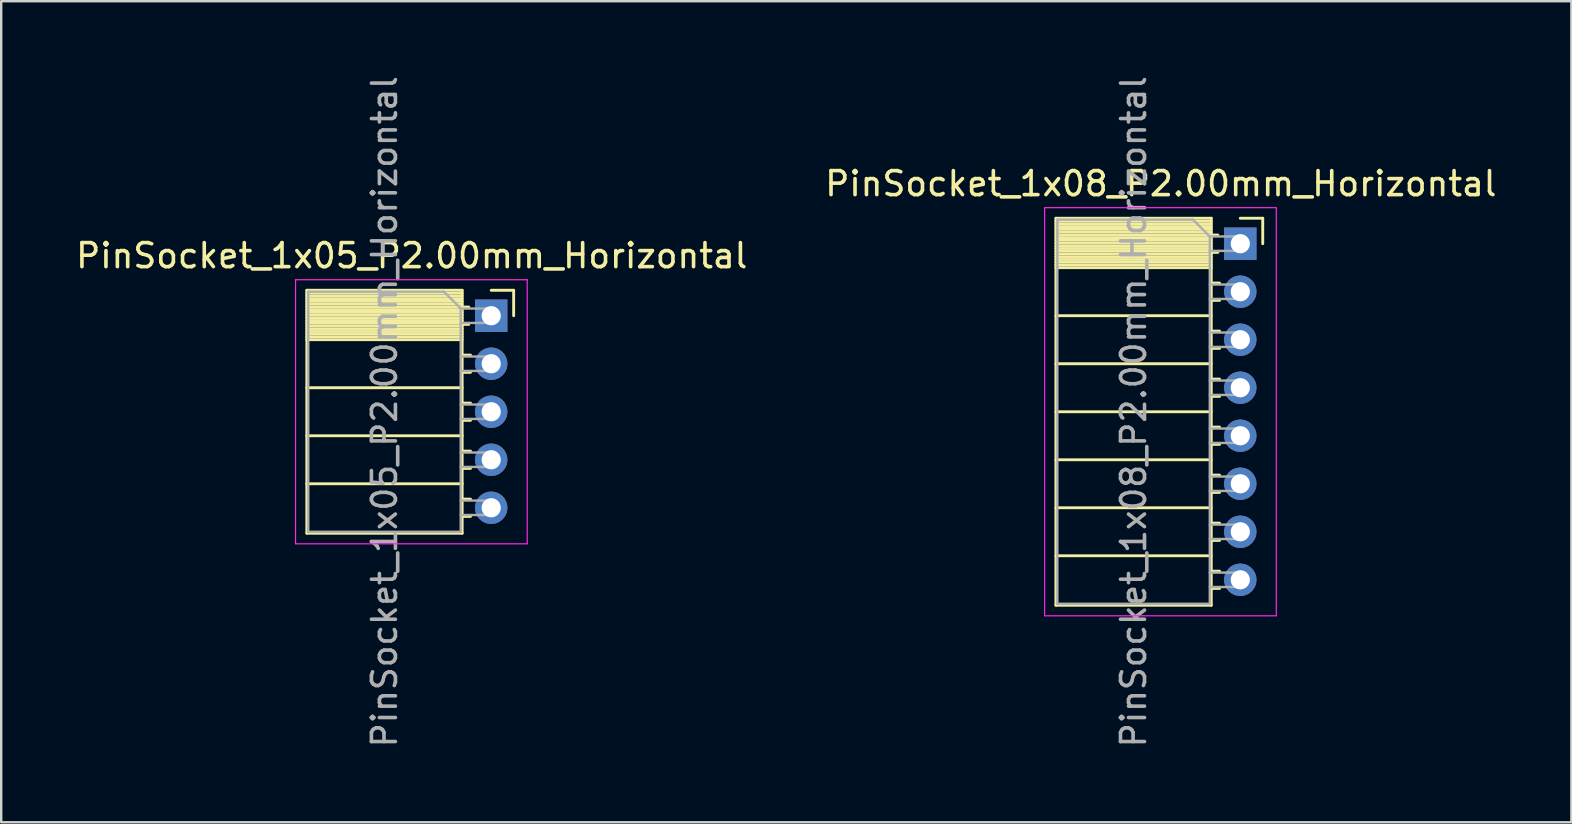
<source format=kicad_pcb>
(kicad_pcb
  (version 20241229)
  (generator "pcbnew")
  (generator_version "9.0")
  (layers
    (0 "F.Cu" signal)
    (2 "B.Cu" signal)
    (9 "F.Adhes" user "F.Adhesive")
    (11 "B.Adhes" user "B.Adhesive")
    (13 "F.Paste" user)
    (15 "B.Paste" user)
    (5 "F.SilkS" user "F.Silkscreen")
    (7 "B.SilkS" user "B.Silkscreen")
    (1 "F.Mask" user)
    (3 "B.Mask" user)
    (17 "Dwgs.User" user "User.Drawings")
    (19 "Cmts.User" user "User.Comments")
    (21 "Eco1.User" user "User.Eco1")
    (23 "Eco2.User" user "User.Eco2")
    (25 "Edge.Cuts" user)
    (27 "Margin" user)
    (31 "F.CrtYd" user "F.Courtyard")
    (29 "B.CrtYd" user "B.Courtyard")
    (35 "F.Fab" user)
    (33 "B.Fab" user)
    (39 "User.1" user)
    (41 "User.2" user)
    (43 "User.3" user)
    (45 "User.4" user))
  (footprint "PinSocket_1x05_P2.00mm_Horizontal"
    (layer "F.Cu")
    (at 17.411 10.101)
    (property "Reference" "PinSocket_1x05_P2.00mm_Horizontal" (at -3.31 -2.5 0) (layer "F.SilkS") (effects (font (size 1 1) (thickness 0.15))))
    (attr through_hole)
    (fp_line (start -7.68 -1.06) (end -7.68 9.06) (stroke (width 0.12) (type solid)) (layer "F.SilkS"))
    (fp_line (start -7.68 -1.06) (end -1.21 -1.06) (stroke (width 0.12) (type solid)) (layer "F.SilkS"))
    (fp_line (start -7.68 -0.94) (end -1.21 -0.94) (stroke (width 0.12) (type solid)) (layer "F.SilkS"))
    (fp_line (start -7.68 -0.826) (end -1.21 -0.826) (stroke (width 0.12) (type solid)) (layer "F.SilkS"))
    (fp_line (start -7.68 -0.712) (end -1.21 -0.712) (stroke (width 0.12) (type solid)) (layer "F.SilkS"))
    (fp_line (start -7.68 -0.598) (end -1.21 -0.598) (stroke (width 0.12) (type solid)) (layer "F.SilkS"))
    (fp_line (start -7.68 -0.484) (end -1.21 -0.484) (stroke (width 0.12) (type solid)) (layer "F.SilkS"))
    (fp_line (start -7.68 -0.369) (end -1.21 -0.369) (stroke (width 0.12) (type solid)) (layer "F.SilkS"))
    (fp_line (start -7.68 -0.255) (end -1.21 -0.255) (stroke (width 0.12) (type solid)) (layer "F.SilkS"))
    (fp_line (start -7.68 -0.141) (end -1.21 -0.141) (stroke (width 0.12) (type solid)) (layer "F.SilkS"))
    (fp_line (start -7.68 -0.027) (end -1.21 -0.027) (stroke (width 0.12) (type solid)) (layer "F.SilkS"))
    (fp_line (start -7.68 0.087) (end -1.21 0.087) (stroke (width 0.12) (type solid)) (layer "F.SilkS"))
    (fp_line (start -7.68 0.201) (end -1.21 0.201) (stroke (width 0.12) (type solid)) (layer "F.SilkS"))
    (fp_line (start -7.68 0.315) (end -1.21 0.315) (stroke (width 0.12) (type solid)) (layer "F.SilkS"))
    (fp_line (start -7.68 0.429) (end -1.21 0.429) (stroke (width 0.12) (type solid)) (layer "F.SilkS"))
    (fp_line (start -7.68 0.544) (end -1.21 0.544) (stroke (width 0.12) (type solid)) (layer "F.SilkS"))
    (fp_line (start -7.68 0.658) (end -1.21 0.658) (stroke (width 0.12) (type solid)) (layer "F.SilkS"))
    (fp_line (start -7.68 0.772) (end -1.21 0.772) (stroke (width 0.12) (type solid)) (layer "F.SilkS"))
    (fp_line (start -7.68 0.886) (end -1.21 0.886) (stroke (width 0.12) (type solid)) (layer "F.SilkS"))
    (fp_line (start -7.68 1) (end -1.21 1) (stroke (width 0.12) (type solid)) (layer "F.SilkS"))
    (fp_line (start -7.68 3) (end -1.21 3) (stroke (width 0.12) (type solid)) (layer "F.SilkS"))
    (fp_line (start -7.68 5) (end -1.21 5) (stroke (width 0.12) (type solid)) (layer "F.SilkS"))
    (fp_line (start -7.68 7) (end -1.21 7) (stroke (width 0.12) (type solid)) (layer "F.SilkS"))
    (fp_line (start -7.68 9.06) (end -1.21 9.06) (stroke (width 0.12) (type solid)) (layer "F.SilkS"))
    (fp_line (start -1.21 -1.06) (end -1.21 9.06) (stroke (width 0.12) (type solid)) (layer "F.SilkS"))
    (fp_line (start -1.21 -0.36) (end -0.935 -0.36) (stroke (width 0.12) (type solid)) (layer "F.SilkS"))
    (fp_line (start -1.21 0.36) (end -0.935 0.36) (stroke (width 0.12) (type solid)) (layer "F.SilkS"))
    (fp_line (start -1.21 1.64) (end -0.863 1.64) (stroke (width 0.12) (type solid)) (layer "F.SilkS"))
    (fp_line (start -1.21 2.36) (end -0.863 2.36) (stroke (width 0.12) (type solid)) (layer "F.SilkS"))
    (fp_line (start -1.21 3.64) (end -0.863 3.64) (stroke (width 0.12) (type solid)) (layer "F.SilkS"))
    (fp_line (start -1.21 4.36) (end -0.863 4.36) (stroke (width 0.12) (type solid)) (layer "F.SilkS"))
    (fp_line (start -1.21 5.64) (end -0.863 5.64) (stroke (width 0.12) (type solid)) (layer "F.SilkS"))
    (fp_line (start -1.21 6.36) (end -0.863 6.36) (stroke (width 0.12) (type solid)) (layer "F.SilkS"))
    (fp_line (start -1.21 7.64) (end -0.863 7.64) (stroke (width 0.12) (type solid)) (layer "F.SilkS"))
    (fp_line (start -1.21 8.36) (end -0.863 8.36) (stroke (width 0.12) (type solid)) (layer "F.SilkS"))
    (fp_line (start 0 -1.06) (end 0.935 -1.06) (stroke (width 0.12) (type solid)) (layer "F.SilkS"))
    (fp_line (start 0.935 -1.06) (end 0.935 0) (stroke (width 0.12) (type solid)) (layer "F.SilkS"))
    (fp_line (start -8.15 -1.5) (end -8.15 9.5) (stroke (width 0.05) (type solid)) (layer "F.CrtYd"))
    (fp_line (start -8.15 9.5) (end 1.5 9.5) (stroke (width 0.05) (type solid)) (layer "F.CrtYd"))
    (fp_line (start 1.5 -1.5) (end -8.15 -1.5) (stroke (width 0.05) (type solid)) (layer "F.CrtYd"))
    (fp_line (start 1.5 9.5) (end 1.5 -1.5) (stroke (width 0.05) (type solid)) (layer "F.CrtYd"))
    (fp_line (start -7.62 -1) (end -1.97 -1) (stroke (width 0.1) (type solid)) (layer "F.Fab"))
    (fp_line (start -7.62 9) (end -7.62 -1) (stroke (width 0.1) (type solid)) (layer "F.Fab"))
    (fp_line (start -1.97 -1) (end -1.27 -0.3) (stroke (width 0.1) (type solid)) (layer "F.Fab"))
    (fp_line (start -1.27 -0.3) (end -1.27 9) (stroke (width 0.1) (type solid)) (layer "F.Fab"))
    (fp_line (start -1.27 0.3) (end 0 0.3) (stroke (width 0.1) (type solid)) (layer "F.Fab"))
    (fp_line (start -1.27 2.3) (end 0 2.3) (stroke (width 0.1) (type solid)) (layer "F.Fab"))
    (fp_line (start -1.27 4.3) (end 0 4.3) (stroke (width 0.1) (type solid)) (layer "F.Fab"))
    (fp_line (start -1.27 6.3) (end 0 6.3) (stroke (width 0.1) (type solid)) (layer "F.Fab"))
    (fp_line (start -1.27 8.3) (end 0 8.3) (stroke (width 0.1) (type solid)) (layer "F.Fab"))
    (fp_line (start -1.27 9) (end -7.62 9) (stroke (width 0.1) (type solid)) (layer "F.Fab"))
    (fp_line (start 0 -0.3) (end -1.27 -0.3) (stroke (width 0.1) (type solid)) (layer "F.Fab"))
    (fp_line (start 0 0.3) (end 0 -0.3) (stroke (width 0.1) (type solid)) (layer "F.Fab"))
    (fp_line (start 0 1.7) (end -1.27 1.7) (stroke (width 0.1) (type solid)) (layer "F.Fab"))
    (fp_line (start 0 2.3) (end 0 1.7) (stroke (width 0.1) (type solid)) (layer "F.Fab"))
    (fp_line (start 0 3.7) (end -1.27 3.7) (stroke (width 0.1) (type solid)) (layer "F.Fab"))
    (fp_line (start 0 4.3) (end 0 3.7) (stroke (width 0.1) (type solid)) (layer "F.Fab"))
    (fp_line (start 0 5.7) (end -1.27 5.7) (stroke (width 0.1) (type solid)) (layer "F.Fab"))
    (fp_line (start 0 6.3) (end 0 5.7) (stroke (width 0.1) (type solid)) (layer "F.Fab"))
    (fp_line (start 0 7.7) (end -1.27 7.7) (stroke (width 0.1) (type solid)) (layer "F.Fab"))
    (fp_line (start 0 8.3) (end 0 7.7) (stroke (width 0.1) (type solid)) (layer "F.Fab"))
    (fp_text user "${REFERENCE}" (at -4.445 4 90) (layer "F.Fab") (effects (font (size 1 1) (thickness 0.15))))
    (pad "1" thru_hole rect (at 0 0) (size 1.35 1.35) (drill 0.8) (layers "*.Cu" "*.Mask"))
    (pad "2" thru_hole oval (at 0 2) (size 1.35 1.35) (drill 0.8) (layers "*.Cu" "*.Mask"))
    (pad "3" thru_hole oval (at 0 4) (size 1.35 1.35) (drill 0.8) (layers "*.Cu" "*.Mask"))
    (pad "4" thru_hole oval (at 0 6) (size 1.35 1.35) (drill 0.8) (layers "*.Cu" "*.Mask"))
    (pad "5" thru_hole oval (at 0 8) (size 1.35 1.35) (drill 0.8) (layers "*.Cu" "*.Mask")))
  (footprint "PinSocket_1x08_P2.00mm_Horizontal"
    (layer "F.Cu")
    (at 48.614 7.101)
    (property "Reference" "PinSocket_1x08_P2.00mm_Horizontal" (at -3.31 -2.5 0) (layer "F.SilkS") (effects (font (size 1 1) (thickness 0.15))))
    (attr through_hole)
    (fp_line (start -7.68 -1.06) (end -7.68 15.06) (stroke (width 0.12) (type solid)) (layer "F.SilkS"))
    (fp_line (start -7.68 -1.06) (end -1.21 -1.06) (stroke (width 0.12) (type solid)) (layer "F.SilkS"))
    (fp_line (start -7.68 -0.94) (end -1.21 -0.94) (stroke (width 0.12) (type solid)) (layer "F.SilkS"))
    (fp_line (start -7.68 -0.826) (end -1.21 -0.826) (stroke (width 0.12) (type solid)) (layer "F.SilkS"))
    (fp_line (start -7.68 -0.712) (end -1.21 -0.712) (stroke (width 0.12) (type solid)) (layer "F.SilkS"))
    (fp_line (start -7.68 -0.598) (end -1.21 -0.598) (stroke (width 0.12) (type solid)) (layer "F.SilkS"))
    (fp_line (start -7.68 -0.484) (end -1.21 -0.484) (stroke (width 0.12) (type solid)) (layer "F.SilkS"))
    (fp_line (start -7.68 -0.369) (end -1.21 -0.369) (stroke (width 0.12) (type solid)) (layer "F.SilkS"))
    (fp_line (start -7.68 -0.255) (end -1.21 -0.255) (stroke (width 0.12) (type solid)) (layer "F.SilkS"))
    (fp_line (start -7.68 -0.141) (end -1.21 -0.141) (stroke (width 0.12) (type solid)) (layer "F.SilkS"))
    (fp_line (start -7.68 -0.027) (end -1.21 -0.027) (stroke (width 0.12) (type solid)) (layer "F.SilkS"))
    (fp_line (start -7.68 0.087) (end -1.21 0.087) (stroke (width 0.12) (type solid)) (layer "F.SilkS"))
    (fp_line (start -7.68 0.201) (end -1.21 0.201) (stroke (width 0.12) (type solid)) (layer "F.SilkS"))
    (fp_line (start -7.68 0.315) (end -1.21 0.315) (stroke (width 0.12) (type solid)) (layer "F.SilkS"))
    (fp_line (start -7.68 0.429) (end -1.21 0.429) (stroke (width 0.12) (type solid)) (layer "F.SilkS"))
    (fp_line (start -7.68 0.544) (end -1.21 0.544) (stroke (width 0.12) (type solid)) (layer "F.SilkS"))
    (fp_line (start -7.68 0.658) (end -1.21 0.658) (stroke (width 0.12) (type solid)) (layer "F.SilkS"))
    (fp_line (start -7.68 0.772) (end -1.21 0.772) (stroke (width 0.12) (type solid)) (layer "F.SilkS"))
    (fp_line (start -7.68 0.886) (end -1.21 0.886) (stroke (width 0.12) (type solid)) (layer "F.SilkS"))
    (fp_line (start -7.68 1) (end -1.21 1) (stroke (width 0.12) (type solid)) (layer "F.SilkS"))
    (fp_line (start -7.68 3) (end -1.21 3) (stroke (width 0.12) (type solid)) (layer "F.SilkS"))
    (fp_line (start -7.68 5) (end -1.21 5) (stroke (width 0.12) (type solid)) (layer "F.SilkS"))
    (fp_line (start -7.68 7) (end -1.21 7) (stroke (width 0.12) (type solid)) (layer "F.SilkS"))
    (fp_line (start -7.68 9) (end -1.21 9) (stroke (width 0.12) (type solid)) (layer "F.SilkS"))
    (fp_line (start -7.68 11) (end -1.21 11) (stroke (width 0.12) (type solid)) (layer "F.SilkS"))
    (fp_line (start -7.68 13) (end -1.21 13) (stroke (width 0.12) (type solid)) (layer "F.SilkS"))
    (fp_line (start -7.68 15.06) (end -1.21 15.06) (stroke (width 0.12) (type solid)) (layer "F.SilkS"))
    (fp_line (start -1.21 -1.06) (end -1.21 15.06) (stroke (width 0.12) (type solid)) (layer "F.SilkS"))
    (fp_line (start -1.21 -0.36) (end -0.935 -0.36) (stroke (width 0.12) (type solid)) (layer "F.SilkS"))
    (fp_line (start -1.21 0.36) (end -0.935 0.36) (stroke (width 0.12) (type solid)) (layer "F.SilkS"))
    (fp_line (start -1.21 1.64) (end -0.863 1.64) (stroke (width 0.12) (type solid)) (layer "F.SilkS"))
    (fp_line (start -1.21 2.36) (end -0.863 2.36) (stroke (width 0.12) (type solid)) (layer "F.SilkS"))
    (fp_line (start -1.21 3.64) (end -0.863 3.64) (stroke (width 0.12) (type solid)) (layer "F.SilkS"))
    (fp_line (start -1.21 4.36) (end -0.863 4.36) (stroke (width 0.12) (type solid)) (layer "F.SilkS"))
    (fp_line (start -1.21 5.64) (end -0.863 5.64) (stroke (width 0.12) (type solid)) (layer "F.SilkS"))
    (fp_line (start -1.21 6.36) (end -0.863 6.36) (stroke (width 0.12) (type solid)) (layer "F.SilkS"))
    (fp_line (start -1.21 7.64) (end -0.863 7.64) (stroke (width 0.12) (type solid)) (layer "F.SilkS"))
    (fp_line (start -1.21 8.36) (end -0.863 8.36) (stroke (width 0.12) (type solid)) (layer "F.SilkS"))
    (fp_line (start -1.21 9.64) (end -0.863 9.64) (stroke (width 0.12) (type solid)) (layer "F.SilkS"))
    (fp_line (start -1.21 10.36) (end -0.863 10.36) (stroke (width 0.12) (type solid)) (layer "F.SilkS"))
    (fp_line (start -1.21 11.64) (end -0.863 11.64) (stroke (width 0.12) (type solid)) (layer "F.SilkS"))
    (fp_line (start -1.21 12.36) (end -0.863 12.36) (stroke (width 0.12) (type solid)) (layer "F.SilkS"))
    (fp_line (start -1.21 13.64) (end -0.863 13.64) (stroke (width 0.12) (type solid)) (layer "F.SilkS"))
    (fp_line (start -1.21 14.36) (end -0.863 14.36) (stroke (width 0.12) (type solid)) (layer "F.SilkS"))
    (fp_line (start 0 -1.06) (end 0.935 -1.06) (stroke (width 0.12) (type solid)) (layer "F.SilkS"))
    (fp_line (start 0.935 -1.06) (end 0.935 0) (stroke (width 0.12) (type solid)) (layer "F.SilkS"))
    (fp_line (start -8.15 -1.5) (end -8.15 15.5) (stroke (width 0.05) (type solid)) (layer "F.CrtYd"))
    (fp_line (start -8.15 15.5) (end 1.5 15.5) (stroke (width 0.05) (type solid)) (layer "F.CrtYd"))
    (fp_line (start 1.5 -1.5) (end -8.15 -1.5) (stroke (width 0.05) (type solid)) (layer "F.CrtYd"))
    (fp_line (start 1.5 15.5) (end 1.5 -1.5) (stroke (width 0.05) (type solid)) (layer "F.CrtYd"))
    (fp_line (start -7.62 -1) (end -1.97 -1) (stroke (width 0.1) (type solid)) (layer "F.Fab"))
    (fp_line (start -7.62 15) (end -7.62 -1) (stroke (width 0.1) (type solid)) (layer "F.Fab"))
    (fp_line (start -1.97 -1) (end -1.27 -0.3) (stroke (width 0.1) (type solid)) (layer "F.Fab"))
    (fp_line (start -1.27 -0.3) (end -1.27 15) (stroke (width 0.1) (type solid)) (layer "F.Fab"))
    (fp_line (start -1.27 0.3) (end 0 0.3) (stroke (width 0.1) (type solid)) (layer "F.Fab"))
    (fp_line (start -1.27 2.3) (end 0 2.3) (stroke (width 0.1) (type solid)) (layer "F.Fab"))
    (fp_line (start -1.27 4.3) (end 0 4.3) (stroke (width 0.1) (type solid)) (layer "F.Fab"))
    (fp_line (start -1.27 6.3) (end 0 6.3) (stroke (width 0.1) (type solid)) (layer "F.Fab"))
    (fp_line (start -1.27 8.3) (end 0 8.3) (stroke (width 0.1) (type solid)) (layer "F.Fab"))
    (fp_line (start -1.27 10.3) (end 0 10.3) (stroke (width 0.1) (type solid)) (layer "F.Fab"))
    (fp_line (start -1.27 12.3) (end 0 12.3) (stroke (width 0.1) (type solid)) (layer "F.Fab"))
    (fp_line (start -1.27 14.3) (end 0 14.3) (stroke (width 0.1) (type solid)) (layer "F.Fab"))
    (fp_line (start -1.27 15) (end -7.62 15) (stroke (width 0.1) (type solid)) (layer "F.Fab"))
    (fp_line (start 0 -0.3) (end -1.27 -0.3) (stroke (width 0.1) (type solid)) (layer "F.Fab"))
    (fp_line (start 0 0.3) (end 0 -0.3) (stroke (width 0.1) (type solid)) (layer "F.Fab"))
    (fp_line (start 0 1.7) (end -1.27 1.7) (stroke (width 0.1) (type solid)) (layer "F.Fab"))
    (fp_line (start 0 2.3) (end 0 1.7) (stroke (width 0.1) (type solid)) (layer "F.Fab"))
    (fp_line (start 0 3.7) (end -1.27 3.7) (stroke (width 0.1) (type solid)) (layer "F.Fab"))
    (fp_line (start 0 4.3) (end 0 3.7) (stroke (width 0.1) (type solid)) (layer "F.Fab"))
    (fp_line (start 0 5.7) (end -1.27 5.7) (stroke (width 0.1) (type solid)) (layer "F.Fab"))
    (fp_line (start 0 6.3) (end 0 5.7) (stroke (width 0.1) (type solid)) (layer "F.Fab"))
    (fp_line (start 0 7.7) (end -1.27 7.7) (stroke (width 0.1) (type solid)) (layer "F.Fab"))
    (fp_line (start 0 8.3) (end 0 7.7) (stroke (width 0.1) (type solid)) (layer "F.Fab"))
    (fp_line (start 0 9.7) (end -1.27 9.7) (stroke (width 0.1) (type solid)) (layer "F.Fab"))
    (fp_line (start 0 10.3) (end 0 9.7) (stroke (width 0.1) (type solid)) (layer "F.Fab"))
    (fp_line (start 0 11.7) (end -1.27 11.7) (stroke (width 0.1) (type solid)) (layer "F.Fab"))
    (fp_line (start 0 12.3) (end 0 11.7) (stroke (width 0.1) (type solid)) (layer "F.Fab"))
    (fp_line (start 0 13.7) (end -1.27 13.7) (stroke (width 0.1) (type solid)) (layer "F.Fab"))
    (fp_line (start 0 14.3) (end 0 13.7) (stroke (width 0.1) (type solid)) (layer "F.Fab"))
    (fp_text user "${REFERENCE}" (at -4.445 7 90) (layer "F.Fab") (effects (font (size 1 1) (thickness 0.15))))
    (pad "1" thru_hole rect (at 0 0) (size 1.35 1.35) (drill 0.8) (layers "*.Cu" "*.Mask"))
    (pad "2" thru_hole oval (at 0 2) (size 1.35 1.35) (drill 0.8) (layers "*.Cu" "*.Mask"))
    (pad "3" thru_hole oval (at 0 4) (size 1.35 1.35) (drill 0.8) (layers "*.Cu" "*.Mask"))
    (pad "4" thru_hole oval (at 0 6) (size 1.35 1.35) (drill 0.8) (layers "*.Cu" "*.Mask"))
    (pad "5" thru_hole oval (at 0 8) (size 1.35 1.35) (drill 0.8) (layers "*.Cu" "*.Mask"))
    (pad "6" thru_hole oval (at 0 10) (size 1.35 1.35) (drill 0.8) (layers "*.Cu" "*.Mask"))
    (pad "7" thru_hole oval (at 0 12) (size 1.35 1.35) (drill 0.8) (layers "*.Cu" "*.Mask"))
    (pad "8" thru_hole oval (at 0 14) (size 1.35 1.35) (drill 0.8) (layers "*.Cu" "*.Mask")))
  (gr_rect
    (start -3 -3)
    (end 62.405 31.202)
    (stroke (width 0.1) (type default))
    (fill no)
    (layer "Edge.Cuts")))
</source>
